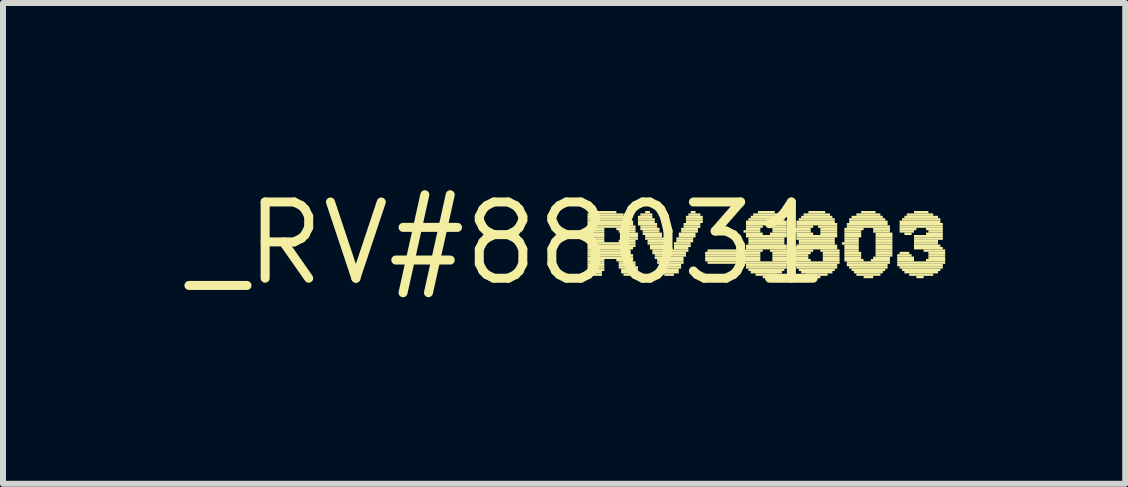
<source format=kicad_pcb>
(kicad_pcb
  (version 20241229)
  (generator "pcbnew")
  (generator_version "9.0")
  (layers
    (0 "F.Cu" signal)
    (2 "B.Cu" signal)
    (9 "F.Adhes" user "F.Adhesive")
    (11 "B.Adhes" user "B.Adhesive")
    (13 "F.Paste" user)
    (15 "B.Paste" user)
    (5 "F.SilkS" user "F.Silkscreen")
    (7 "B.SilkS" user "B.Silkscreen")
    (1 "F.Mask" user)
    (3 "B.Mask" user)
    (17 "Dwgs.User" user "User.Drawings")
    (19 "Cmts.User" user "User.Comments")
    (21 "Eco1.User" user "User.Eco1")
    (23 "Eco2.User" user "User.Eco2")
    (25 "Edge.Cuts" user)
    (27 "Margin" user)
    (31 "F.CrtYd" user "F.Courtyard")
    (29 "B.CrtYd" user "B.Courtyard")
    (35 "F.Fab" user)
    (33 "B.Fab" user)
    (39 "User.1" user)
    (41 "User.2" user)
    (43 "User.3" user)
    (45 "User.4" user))
  (footprint "_RV#88031"
    (layer "F.Cu")
    (at 5.42 1.006)
    (property "Reference" "_RV#88031" (at 0 0 0) (layer "F.SilkS") (effects (font (size 1.27 1.27) (thickness 0.15))))
    (fp_poly (pts (xy 1.32 -0.46) (xy 1.92 -0.46) (xy 1.92 -0.5) (xy 1.32 -0.5)) (stroke (width 0) (type default)) (fill yes) (layer "F.SilkS"))
    (fp_poly (pts (xy 1.32 -0.42) (xy 2 -0.42) (xy 2 -0.46) (xy 1.32 -0.46)) (stroke (width 0) (type default)) (fill yes) (layer "F.SilkS"))
    (fp_poly (pts (xy 1.32 -0.38) (xy 2.04 -0.38) (xy 2.04 -0.42) (xy 1.32 -0.42)) (stroke (width 0) (type default)) (fill yes) (layer "F.SilkS"))
    (fp_poly (pts (xy 1.32 -0.34) (xy 2.08 -0.34) (xy 2.08 -0.38) (xy 1.32 -0.38)) (stroke (width 0) (type default)) (fill yes) (layer "F.SilkS"))
    (fp_poly (pts (xy 1.32 -0.3) (xy 2.08 -0.3) (xy 2.08 -0.34) (xy 1.32 -0.34)) (stroke (width 0) (type default)) (fill yes) (layer "F.SilkS"))
    (fp_poly (pts (xy 1.32 -0.26) (xy 2.12 -0.26) (xy 2.12 -0.3) (xy 1.32 -0.3)) (stroke (width 0) (type default)) (fill yes) (layer "F.SilkS"))
    (fp_poly (pts (xy 1.32 -0.22) (xy 1.6 -0.22) (xy 1.6 -0.26) (xy 1.32 -0.26)) (stroke (width 0) (type default)) (fill yes) (layer "F.SilkS"))
    (fp_poly (pts (xy 1.32 -0.18) (xy 1.6 -0.18) (xy 1.6 -0.22) (xy 1.32 -0.22)) (stroke (width 0) (type default)) (fill yes) (layer "F.SilkS"))
    (fp_poly (pts (xy 1.32 -0.14) (xy 1.6 -0.14) (xy 1.6 -0.18) (xy 1.32 -0.18)) (stroke (width 0) (type default)) (fill yes) (layer "F.SilkS"))
    (fp_poly (pts (xy 1.32 -0.1) (xy 1.6 -0.1) (xy 1.6 -0.14) (xy 1.32 -0.14)) (stroke (width 0) (type default)) (fill yes) (layer "F.SilkS"))
    (fp_poly (pts (xy 1.32 -0.06) (xy 1.6 -0.06) (xy 1.6 -0.1) (xy 1.32 -0.1)) (stroke (width 0) (type default)) (fill yes) (layer "F.SilkS"))
    (fp_poly (pts (xy 1.32 -0.02) (xy 1.6 -0.02) (xy 1.6 -0.06) (xy 1.32 -0.06)) (stroke (width 0) (type default)) (fill yes) (layer "F.SilkS"))
    (fp_poly (pts (xy 1.32 0.02) (xy 2.12 0.02) (xy 2.12 -0.02) (xy 1.32 -0.02)) (stroke (width 0) (type default)) (fill yes) (layer "F.SilkS"))
    (fp_poly (pts (xy 1.32 0.06) (xy 2.12 0.06) (xy 2.12 0.02) (xy 1.32 0.02)) (stroke (width 0) (type default)) (fill yes) (layer "F.SilkS"))
    (fp_poly (pts (xy 1.32 0.1) (xy 2.08 0.1) (xy 2.08 0.06) (xy 1.32 0.06)) (stroke (width 0) (type default)) (fill yes) (layer "F.SilkS"))
    (fp_poly (pts (xy 1.32 0.14) (xy 2.04 0.14) (xy 2.04 0.1) (xy 1.32 0.1)) (stroke (width 0) (type default)) (fill yes) (layer "F.SilkS"))
    (fp_poly (pts (xy 1.32 0.18) (xy 2.04 0.18) (xy 2.04 0.14) (xy 1.32 0.14)) (stroke (width 0) (type default)) (fill yes) (layer "F.SilkS"))
    (fp_poly (pts (xy 1.32 0.22) (xy 2.08 0.22) (xy 2.08 0.18) (xy 1.32 0.18)) (stroke (width 0) (type default)) (fill yes) (layer "F.SilkS"))
    (fp_poly (pts (xy 1.32 0.26) (xy 2.08 0.26) (xy 2.08 0.22) (xy 1.32 0.22)) (stroke (width 0) (type default)) (fill yes) (layer "F.SilkS"))
    (fp_poly (pts (xy 1.32 0.3) (xy 1.6 0.3) (xy 1.6 0.26) (xy 1.32 0.26)) (stroke (width 0) (type default)) (fill yes) (layer "F.SilkS"))
    (fp_poly (pts (xy 1.32 0.34) (xy 1.6 0.34) (xy 1.6 0.3) (xy 1.32 0.3)) (stroke (width 0) (type default)) (fill yes) (layer "F.SilkS"))
    (fp_poly (pts (xy 1.32 0.38) (xy 1.6 0.38) (xy 1.6 0.34) (xy 1.32 0.34)) (stroke (width 0) (type default)) (fill yes) (layer "F.SilkS"))
    (fp_poly (pts (xy 1.32 0.42) (xy 1.6 0.42) (xy 1.6 0.38) (xy 1.32 0.38)) (stroke (width 0) (type default)) (fill yes) (layer "F.SilkS"))
    (fp_poly (pts (xy 1.32 0.46) (xy 1.6 0.46) (xy 1.6 0.42) (xy 1.32 0.42)) (stroke (width 0) (type default)) (fill yes) (layer "F.SilkS"))
    (fp_poly (pts (xy 1.32 0.5) (xy 1.56 0.5) (xy 1.56 0.46) (xy 1.32 0.46)) (stroke (width 0) (type default)) (fill yes) (layer "F.SilkS"))
    (fp_poly (pts (xy 1.36 0.54) (xy 1.56 0.54) (xy 1.56 0.5) (xy 1.36 0.5)) (stroke (width 0) (type default)) (fill yes) (layer "F.SilkS"))
    (fp_poly (pts (xy 1.4 -0.5) (xy 1.8 -0.5) (xy 1.8 -0.54) (xy 1.4 -0.54)) (stroke (width 0) (type default)) (fill yes) (layer "F.SilkS"))
    (fp_poly (pts (xy 1.8 -0.22) (xy 2.12 -0.22) (xy 2.12 -0.26) (xy 1.8 -0.26)) (stroke (width 0) (type default)) (fill yes) (layer "F.SilkS"))
    (fp_poly (pts (xy 1.8 0.3) (xy 2.08 0.3) (xy 2.08 0.26) (xy 1.8 0.26)) (stroke (width 0) (type default)) (fill yes) (layer "F.SilkS"))
    (fp_poly (pts (xy 1.84 -0.18) (xy 2.12 -0.18) (xy 2.12 -0.22) (xy 1.84 -0.22)) (stroke (width 0) (type default)) (fill yes) (layer "F.SilkS"))
    (fp_poly (pts (xy 1.84 -0.02) (xy 2.12 -0.02) (xy 2.12 -0.06) (xy 1.84 -0.06)) (stroke (width 0) (type default)) (fill yes) (layer "F.SilkS"))
    (fp_poly (pts (xy 1.84 0.34) (xy 2.12 0.34) (xy 2.12 0.3) (xy 1.84 0.3)) (stroke (width 0) (type default)) (fill yes) (layer "F.SilkS"))
    (fp_poly (pts (xy 1.84 0.38) (xy 2.12 0.38) (xy 2.12 0.34) (xy 1.84 0.34)) (stroke (width 0) (type default)) (fill yes) (layer "F.SilkS"))
    (fp_poly (pts (xy 1.84 0.42) (xy 2.16 0.42) (xy 2.16 0.38) (xy 1.84 0.38)) (stroke (width 0) (type default)) (fill yes) (layer "F.SilkS"))
    (fp_poly (pts (xy 1.88 -0.14) (xy 2.16 -0.14) (xy 2.16 -0.18) (xy 1.88 -0.18)) (stroke (width 0) (type default)) (fill yes) (layer "F.SilkS"))
    (fp_poly (pts (xy 1.88 -0.1) (xy 2.16 -0.1) (xy 2.16 -0.14) (xy 1.88 -0.14)) (stroke (width 0) (type default)) (fill yes) (layer "F.SilkS"))
    (fp_poly (pts (xy 1.88 -0.06) (xy 2.16 -0.06) (xy 2.16 -0.1) (xy 1.88 -0.1)) (stroke (width 0) (type default)) (fill yes) (layer "F.SilkS"))
    (fp_poly (pts (xy 1.88 0.46) (xy 2.16 0.46) (xy 2.16 0.42) (xy 1.88 0.42)) (stroke (width 0) (type default)) (fill yes) (layer "F.SilkS"))
    (fp_poly (pts (xy 1.88 0.5) (xy 2.12 0.5) (xy 2.12 0.46) (xy 1.88 0.46)) (stroke (width 0) (type default)) (fill yes) (layer "F.SilkS"))
    (fp_poly (pts (xy 1.92 0.54) (xy 2.08 0.54) (xy 2.08 0.5) (xy 1.92 0.5)) (stroke (width 0) (type default)) (fill yes) (layer "F.SilkS"))
    (fp_poly (pts (xy 2.16 -0.42) (xy 2.4 -0.42) (xy 2.4 -0.46) (xy 2.16 -0.46)) (stroke (width 0) (type default)) (fill yes) (layer "F.SilkS"))
    (fp_poly (pts (xy 2.16 -0.38) (xy 2.44 -0.38) (xy 2.44 -0.42) (xy 2.16 -0.42)) (stroke (width 0) (type default)) (fill yes) (layer "F.SilkS"))
    (fp_poly (pts (xy 2.16 -0.34) (xy 2.44 -0.34) (xy 2.44 -0.38) (xy 2.16 -0.38)) (stroke (width 0) (type default)) (fill yes) (layer "F.SilkS"))
    (fp_poly (pts (xy 2.16 -0.3) (xy 2.48 -0.3) (xy 2.48 -0.34) (xy 2.16 -0.34)) (stroke (width 0) (type default)) (fill yes) (layer "F.SilkS"))
    (fp_poly (pts (xy 2.2 -0.46) (xy 2.4 -0.46) (xy 2.4 -0.5) (xy 2.2 -0.5)) (stroke (width 0) (type default)) (fill yes) (layer "F.SilkS"))
    (fp_poly (pts (xy 2.2 -0.26) (xy 2.48 -0.26) (xy 2.48 -0.3) (xy 2.2 -0.3)) (stroke (width 0) (type default)) (fill yes) (layer "F.SilkS"))
    (fp_poly (pts (xy 2.2 -0.22) (xy 2.52 -0.22) (xy 2.52 -0.26) (xy 2.2 -0.26)) (stroke (width 0) (type default)) (fill yes) (layer "F.SilkS"))
    (fp_poly (pts (xy 2.24 -0.18) (xy 2.52 -0.18) (xy 2.52 -0.22) (xy 2.24 -0.22)) (stroke (width 0) (type default)) (fill yes) (layer "F.SilkS"))
    (fp_poly (pts (xy 2.24 -0.14) (xy 2.56 -0.14) (xy 2.56 -0.18) (xy 2.24 -0.18)) (stroke (width 0) (type default)) (fill yes) (layer "F.SilkS"))
    (fp_poly (pts (xy 2.28 -0.5) (xy 2.36 -0.5) (xy 2.36 -0.54) (xy 2.28 -0.54)) (stroke (width 0) (type default)) (fill yes) (layer "F.SilkS"))
    (fp_poly (pts (xy 2.28 -0.1) (xy 2.56 -0.1) (xy 2.56 -0.14) (xy 2.28 -0.14)) (stroke (width 0) (type default)) (fill yes) (layer "F.SilkS"))
    (fp_poly (pts (xy 2.28 -0.06) (xy 2.6 -0.06) (xy 2.6 -0.1) (xy 2.28 -0.1)) (stroke (width 0) (type default)) (fill yes) (layer "F.SilkS"))
    (fp_poly (pts (xy 2.32 -0.02) (xy 2.6 -0.02) (xy 2.6 -0.06) (xy 2.32 -0.06)) (stroke (width 0) (type default)) (fill yes) (layer "F.SilkS"))
    (fp_poly (pts (xy 2.32 0.02) (xy 2.6 0.02) (xy 2.6 -0.02) (xy 2.32 -0.02)) (stroke (width 0) (type default)) (fill yes) (layer "F.SilkS"))
    (fp_poly (pts (xy 2.36 0.06) (xy 2.64 0.06) (xy 2.64 0.02) (xy 2.36 0.02)) (stroke (width 0) (type default)) (fill yes) (layer "F.SilkS"))
    (fp_poly (pts (xy 2.36 0.1) (xy 2.64 0.1) (xy 2.64 0.06) (xy 2.36 0.06)) (stroke (width 0) (type default)) (fill yes) (layer "F.SilkS"))
    (fp_poly (pts (xy 2.4 0.14) (xy 2.68 0.14) (xy 2.68 0.1) (xy 2.4 0.1)) (stroke (width 0) (type default)) (fill yes) (layer "F.SilkS"))
    (fp_poly (pts (xy 2.4 0.18) (xy 2.96 0.18) (xy 2.96 0.14) (xy 2.4 0.14)) (stroke (width 0) (type default)) (fill yes) (layer "F.SilkS"))
    (fp_poly (pts (xy 2.44 0.22) (xy 2.96 0.22) (xy 2.96 0.18) (xy 2.44 0.18)) (stroke (width 0) (type default)) (fill yes) (layer "F.SilkS"))
    (fp_poly (pts (xy 2.44 0.26) (xy 2.92 0.26) (xy 2.92 0.22) (xy 2.44 0.22)) (stroke (width 0) (type default)) (fill yes) (layer "F.SilkS"))
    (fp_poly (pts (xy 2.48 0.3) (xy 2.92 0.3) (xy 2.92 0.26) (xy 2.48 0.26)) (stroke (width 0) (type default)) (fill yes) (layer "F.SilkS"))
    (fp_poly (pts (xy 2.48 0.34) (xy 2.92 0.34) (xy 2.92 0.3) (xy 2.48 0.3)) (stroke (width 0) (type default)) (fill yes) (layer "F.SilkS"))
    (fp_poly (pts (xy 2.52 0.38) (xy 2.88 0.38) (xy 2.88 0.34) (xy 2.52 0.34)) (stroke (width 0) (type default)) (fill yes) (layer "F.SilkS"))
    (fp_poly (pts (xy 2.52 0.42) (xy 2.88 0.42) (xy 2.88 0.38) (xy 2.52 0.38)) (stroke (width 0) (type default)) (fill yes) (layer "F.SilkS"))
    (fp_poly (pts (xy 2.56 0.46) (xy 2.84 0.46) (xy 2.84 0.42) (xy 2.56 0.42)) (stroke (width 0) (type default)) (fill yes) (layer "F.SilkS"))
    (fp_poly (pts (xy 2.56 0.5) (xy 2.84 0.5) (xy 2.84 0.46) (xy 2.56 0.46)) (stroke (width 0) (type default)) (fill yes) (layer "F.SilkS"))
    (fp_poly (pts (xy 2.6 0.54) (xy 2.76 0.54) (xy 2.76 0.5) (xy 2.6 0.5)) (stroke (width 0) (type default)) (fill yes) (layer "F.SilkS"))
    (fp_poly (pts (xy 2.72 0.14) (xy 3 0.14) (xy 3 0.1) (xy 2.72 0.1)) (stroke (width 0) (type default)) (fill yes) (layer "F.SilkS"))
    (fp_poly (pts (xy 2.76 0.02) (xy 3.04 0.02) (xy 3.04 -0.02) (xy 2.76 -0.02)) (stroke (width 0) (type default)) (fill yes) (layer "F.SilkS"))
    (fp_poly (pts (xy 2.76 0.06) (xy 3.04 0.06) (xy 3.04 0.02) (xy 2.76 0.02)) (stroke (width 0) (type default)) (fill yes) (layer "F.SilkS"))
    (fp_poly (pts (xy 2.76 0.1) (xy 3 0.1) (xy 3 0.06) (xy 2.76 0.06)) (stroke (width 0) (type default)) (fill yes) (layer "F.SilkS"))
    (fp_poly (pts (xy 2.8 -0.06) (xy 3.08 -0.06) (xy 3.08 -0.1) (xy 2.8 -0.1)) (stroke (width 0) (type default)) (fill yes) (layer "F.SilkS"))
    (fp_poly (pts (xy 2.8 -0.02) (xy 3.08 -0.02) (xy 3.08 -0.06) (xy 2.8 -0.06)) (stroke (width 0) (type default)) (fill yes) (layer "F.SilkS"))
    (fp_poly (pts (xy 2.84 -0.14) (xy 3.12 -0.14) (xy 3.12 -0.18) (xy 2.84 -0.18)) (stroke (width 0) (type default)) (fill yes) (layer "F.SilkS"))
    (fp_poly (pts (xy 2.84 -0.1) (xy 3.12 -0.1) (xy 3.12 -0.14) (xy 2.84 -0.14)) (stroke (width 0) (type default)) (fill yes) (layer "F.SilkS"))
    (fp_poly (pts (xy 2.88 -0.22) (xy 3.16 -0.22) (xy 3.16 -0.26) (xy 2.88 -0.26)) (stroke (width 0) (type default)) (fill yes) (layer "F.SilkS"))
    (fp_poly (pts (xy 2.88 -0.18) (xy 3.16 -0.18) (xy 3.16 -0.22) (xy 2.88 -0.22)) (stroke (width 0) (type default)) (fill yes) (layer "F.SilkS"))
    (fp_poly (pts (xy 2.92 -0.3) (xy 3.2 -0.3) (xy 3.2 -0.34) (xy 2.92 -0.34)) (stroke (width 0) (type default)) (fill yes) (layer "F.SilkS"))
    (fp_poly (pts (xy 2.92 -0.26) (xy 3.2 -0.26) (xy 3.2 -0.3) (xy 2.92 -0.3)) (stroke (width 0) (type default)) (fill yes) (layer "F.SilkS"))
    (fp_poly (pts (xy 2.96 -0.42) (xy 3.24 -0.42) (xy 3.24 -0.46) (xy 2.96 -0.46)) (stroke (width 0) (type default)) (fill yes) (layer "F.SilkS"))
    (fp_poly (pts (xy 2.96 -0.38) (xy 3.24 -0.38) (xy 3.24 -0.42) (xy 2.96 -0.42)) (stroke (width 0) (type default)) (fill yes) (layer "F.SilkS"))
    (fp_poly (pts (xy 2.96 -0.34) (xy 3.24 -0.34) (xy 3.24 -0.38) (xy 2.96 -0.38)) (stroke (width 0) (type default)) (fill yes) (layer "F.SilkS"))
    (fp_poly (pts (xy 3 -0.46) (xy 3.2 -0.46) (xy 3.2 -0.5) (xy 3 -0.5)) (stroke (width 0) (type default)) (fill yes) (layer "F.SilkS"))
    (fp_poly (pts (xy 3.04 -0.5) (xy 3.12 -0.5) (xy 3.12 -0.54) (xy 3.04 -0.54)) (stroke (width 0) (type default)) (fill yes) (layer "F.SilkS"))
    (fp_poly (pts (xy 3.28 0.18) (xy 3.84 0.18) (xy 3.84 0.14) (xy 3.28 0.14)) (stroke (width 0) (type default)) (fill yes) (layer "F.SilkS"))
    (fp_poly (pts (xy 3.28 0.22) (xy 3.84 0.22) (xy 3.84 0.18) (xy 3.28 0.18)) (stroke (width 0) (type default)) (fill yes) (layer "F.SilkS"))
    (fp_poly (pts (xy 3.28 0.26) (xy 3.84 0.26) (xy 3.84 0.22) (xy 3.28 0.22)) (stroke (width 0) (type default)) (fill yes) (layer "F.SilkS"))
    (fp_poly (pts (xy 3.28 0.3) (xy 3.84 0.3) (xy 3.84 0.26) (xy 3.28 0.26)) (stroke (width 0) (type default)) (fill yes) (layer "F.SilkS"))
    (fp_poly (pts (xy 3.32 0.14) (xy 3.8 0.14) (xy 3.8 0.1) (xy 3.32 0.1)) (stroke (width 0) (type default)) (fill yes) (layer "F.SilkS"))
    (fp_poly (pts (xy 3.32 0.34) (xy 3.84 0.34) (xy 3.84 0.3) (xy 3.32 0.3)) (stroke (width 0) (type default)) (fill yes) (layer "F.SilkS"))
    (fp_poly (pts (xy 3.92 -0.18) (xy 4.2 -0.18) (xy 4.2 -0.22) (xy 3.92 -0.22)) (stroke (width 0) (type default)) (fill yes) (layer "F.SilkS"))
    (fp_poly (pts (xy 3.92 0.14) (xy 4.24 0.14) (xy 4.24 0.1) (xy 3.92 0.1)) (stroke (width 0) (type default)) (fill yes) (layer "F.SilkS"))
    (fp_poly (pts (xy 3.92 0.18) (xy 4.2 0.18) (xy 4.2 0.14) (xy 3.92 0.14)) (stroke (width 0) (type default)) (fill yes) (layer "F.SilkS"))
    (fp_poly (pts (xy 3.92 0.22) (xy 4.2 0.22) (xy 4.2 0.18) (xy 3.92 0.18)) (stroke (width 0) (type default)) (fill yes) (layer "F.SilkS"))
    (fp_poly (pts (xy 3.92 0.26) (xy 4.2 0.26) (xy 4.2 0.22) (xy 3.92 0.22)) (stroke (width 0) (type default)) (fill yes) (layer "F.SilkS"))
    (fp_poly (pts (xy 3.92 0.3) (xy 4.2 0.3) (xy 4.2 0.26) (xy 3.92 0.26)) (stroke (width 0) (type default)) (fill yes) (layer "F.SilkS"))
    (fp_poly (pts (xy 3.92 0.34) (xy 4.68 0.34) (xy 4.68 0.3) (xy 3.92 0.3)) (stroke (width 0) (type default)) (fill yes) (layer "F.SilkS"))
    (fp_poly (pts (xy 3.96 -0.34) (xy 4.64 -0.34) (xy 4.64 -0.38) (xy 3.96 -0.38)) (stroke (width 0) (type default)) (fill yes) (layer "F.SilkS"))
    (fp_poly (pts (xy 3.96 -0.3) (xy 4.64 -0.3) (xy 4.64 -0.34) (xy 3.96 -0.34)) (stroke (width 0) (type default)) (fill yes) (layer "F.SilkS"))
    (fp_poly (pts (xy 3.96 -0.26) (xy 4.24 -0.26) (xy 4.24 -0.3) (xy 3.96 -0.3)) (stroke (width 0) (type default)) (fill yes) (layer "F.SilkS"))
    (fp_poly (pts (xy 3.96 -0.22) (xy 4.2 -0.22) (xy 4.2 -0.26) (xy 3.96 -0.26)) (stroke (width 0) (type default)) (fill yes) (layer "F.SilkS"))
    (fp_poly (pts (xy 3.96 -0.14) (xy 4.24 -0.14) (xy 4.24 -0.18) (xy 3.96 -0.18)) (stroke (width 0) (type default)) (fill yes) (layer "F.SilkS"))
    (fp_poly (pts (xy 3.96 -0.1) (xy 4.64 -0.1) (xy 4.64 -0.14) (xy 3.96 -0.14)) (stroke (width 0) (type default)) (fill yes) (layer "F.SilkS"))
    (fp_poly (pts (xy 3.96 0.06) (xy 4.64 0.06) (xy 4.64 0.02) (xy 3.96 0.02)) (stroke (width 0) (type default)) (fill yes) (layer "F.SilkS"))
    (fp_poly (pts (xy 3.96 0.1) (xy 4.64 0.1) (xy 4.64 0.06) (xy 3.96 0.06)) (stroke (width 0) (type default)) (fill yes) (layer "F.SilkS"))
    (fp_poly (pts (xy 3.96 0.38) (xy 4.64 0.38) (xy 4.64 0.34) (xy 3.96 0.34)) (stroke (width 0) (type default)) (fill yes) (layer "F.SilkS"))
    (fp_poly (pts (xy 3.96 0.42) (xy 4.64 0.42) (xy 4.64 0.38) (xy 3.96 0.38)) (stroke (width 0) (type default)) (fill yes) (layer "F.SilkS"))
    (fp_poly (pts (xy 4 -0.38) (xy 4.6 -0.38) (xy 4.6 -0.42) (xy 4 -0.42)) (stroke (width 0) (type default)) (fill yes) (layer "F.SilkS"))
    (fp_poly (pts (xy 4 -0.06) (xy 4.6 -0.06) (xy 4.6 -0.1) (xy 4 -0.1)) (stroke (width 0) (type default)) (fill yes) (layer "F.SilkS"))
    (fp_poly (pts (xy 4 -0.02) (xy 4.6 -0.02) (xy 4.6 -0.06) (xy 4 -0.06)) (stroke (width 0) (type default)) (fill yes) (layer "F.SilkS"))
    (fp_poly (pts (xy 4 0.02) (xy 4.6 0.02) (xy 4.6 -0.02) (xy 4 -0.02)) (stroke (width 0) (type default)) (fill yes) (layer "F.SilkS"))
    (fp_poly (pts (xy 4 0.46) (xy 4.6 0.46) (xy 4.6 0.42) (xy 4 0.42)) (stroke (width 0) (type default)) (fill yes) (layer "F.SilkS"))
    (fp_poly (pts (xy 4.04 -0.42) (xy 4.56 -0.42) (xy 4.56 -0.46) (xy 4.04 -0.46)) (stroke (width 0) (type default)) (fill yes) (layer "F.SilkS"))
    (fp_poly (pts (xy 4.04 0.5) (xy 4.56 0.5) (xy 4.56 0.46) (xy 4.04 0.46)) (stroke (width 0) (type default)) (fill yes) (layer "F.SilkS"))
    (fp_poly (pts (xy 4.08 -0.46) (xy 4.52 -0.46) (xy 4.52 -0.5) (xy 4.08 -0.5)) (stroke (width 0) (type default)) (fill yes) (layer "F.SilkS"))
    (fp_poly (pts (xy 4.12 0.54) (xy 4.48 0.54) (xy 4.48 0.5) (xy 4.12 0.5)) (stroke (width 0) (type default)) (fill yes) (layer "F.SilkS"))
    (fp_poly (pts (xy 4.16 -0.5) (xy 4.44 -0.5) (xy 4.44 -0.54) (xy 4.16 -0.54)) (stroke (width 0) (type default)) (fill yes) (layer "F.SilkS"))
    (fp_poly (pts (xy 4.24 0.58) (xy 4.36 0.58) (xy 4.36 0.54) (xy 4.24 0.54)) (stroke (width 0) (type default)) (fill yes) (layer "F.SilkS"))
    (fp_poly (pts (xy 4.32 -0.26) (xy 4.64 -0.26) (xy 4.64 -0.3) (xy 4.32 -0.3)) (stroke (width 0) (type default)) (fill yes) (layer "F.SilkS"))
    (fp_poly (pts (xy 4.36 -0.14) (xy 4.64 -0.14) (xy 4.64 -0.18) (xy 4.36 -0.18)) (stroke (width 0) (type default)) (fill yes) (layer "F.SilkS"))
    (fp_poly (pts (xy 4.36 0.14) (xy 4.68 0.14) (xy 4.68 0.1) (xy 4.36 0.1)) (stroke (width 0) (type default)) (fill yes) (layer "F.SilkS"))
    (fp_poly (pts (xy 4.4 -0.22) (xy 4.64 -0.22) (xy 4.64 -0.26) (xy 4.4 -0.26)) (stroke (width 0) (type default)) (fill yes) (layer "F.SilkS"))
    (fp_poly (pts (xy 4.4 -0.18) (xy 4.64 -0.18) (xy 4.64 -0.22) (xy 4.4 -0.22)) (stroke (width 0) (type default)) (fill yes) (layer "F.SilkS"))
    (fp_poly (pts (xy 4.4 0.18) (xy 4.68 0.18) (xy 4.68 0.14) (xy 4.4 0.14)) (stroke (width 0) (type default)) (fill yes) (layer "F.SilkS"))
    (fp_poly (pts (xy 4.4 0.22) (xy 4.68 0.22) (xy 4.68 0.18) (xy 4.4 0.18)) (stroke (width 0) (type default)) (fill yes) (layer "F.SilkS"))
    (fp_poly (pts (xy 4.4 0.26) (xy 4.68 0.26) (xy 4.68 0.22) (xy 4.4 0.22)) (stroke (width 0) (type default)) (fill yes) (layer "F.SilkS"))
    (fp_poly (pts (xy 4.4 0.3) (xy 4.68 0.3) (xy 4.68 0.26) (xy 4.4 0.26)) (stroke (width 0) (type default)) (fill yes) (layer "F.SilkS"))
    (fp_poly (pts (xy 4.76 -0.22) (xy 5.04 -0.22) (xy 5.04 -0.26) (xy 4.76 -0.26)) (stroke (width 0) (type default)) (fill yes) (layer "F.SilkS"))
    (fp_poly (pts (xy 4.76 -0.18) (xy 5.04 -0.18) (xy 5.04 -0.22) (xy 4.76 -0.22)) (stroke (width 0) (type default)) (fill yes) (layer "F.SilkS"))
    (fp_poly (pts (xy 4.76 0.1) (xy 5.48 0.1) (xy 5.48 0.06) (xy 4.76 0.06)) (stroke (width 0) (type default)) (fill yes) (layer "F.SilkS"))
    (fp_poly (pts (xy 4.76 0.14) (xy 5.08 0.14) (xy 5.08 0.1) (xy 4.76 0.1)) (stroke (width 0) (type default)) (fill yes) (layer "F.SilkS"))
    (fp_poly (pts (xy 4.76 0.18) (xy 5.04 0.18) (xy 5.04 0.14) (xy 4.76 0.14)) (stroke (width 0) (type default)) (fill yes) (layer "F.SilkS"))
    (fp_poly (pts (xy 4.76 0.22) (xy 5 0.22) (xy 5 0.18) (xy 4.76 0.18)) (stroke (width 0) (type default)) (fill yes) (layer "F.SilkS"))
    (fp_poly (pts (xy 4.76 0.26) (xy 5 0.26) (xy 5 0.22) (xy 4.76 0.22)) (stroke (width 0) (type default)) (fill yes) (layer "F.SilkS"))
    (fp_poly (pts (xy 4.76 0.3) (xy 5.04 0.3) (xy 5.04 0.26) (xy 4.76 0.26)) (stroke (width 0) (type default)) (fill yes) (layer "F.SilkS"))
    (fp_poly (pts (xy 4.76 0.34) (xy 5.52 0.34) (xy 5.52 0.3) (xy 4.76 0.3)) (stroke (width 0) (type default)) (fill yes) (layer "F.SilkS"))
    (fp_poly (pts (xy 4.76 0.38) (xy 5.48 0.38) (xy 5.48 0.34) (xy 4.76 0.34)) (stroke (width 0) (type default)) (fill yes) (layer "F.SilkS"))
    (fp_poly (pts (xy 4.8 -0.34) (xy 5.44 -0.34) (xy 5.44 -0.38) (xy 4.8 -0.38)) (stroke (width 0) (type default)) (fill yes) (layer "F.SilkS"))
    (fp_poly (pts (xy 4.8 -0.3) (xy 5.48 -0.3) (xy 5.48 -0.34) (xy 4.8 -0.34)) (stroke (width 0) (type default)) (fill yes) (layer "F.SilkS"))
    (fp_poly (pts (xy 4.8 -0.26) (xy 5.08 -0.26) (xy 5.08 -0.3) (xy 4.8 -0.3)) (stroke (width 0) (type default)) (fill yes) (layer "F.SilkS"))
    (fp_poly (pts (xy 4.8 -0.14) (xy 5.08 -0.14) (xy 5.08 -0.18) (xy 4.8 -0.18)) (stroke (width 0) (type default)) (fill yes) (layer "F.SilkS"))
    (fp_poly (pts (xy 4.8 -0.1) (xy 5.48 -0.1) (xy 5.48 -0.14) (xy 4.8 -0.14)) (stroke (width 0) (type default)) (fill yes) (layer "F.SilkS"))
    (fp_poly (pts (xy 4.8 -0.06) (xy 5.44 -0.06) (xy 5.44 -0.1) (xy 4.8 -0.1)) (stroke (width 0) (type default)) (fill yes) (layer "F.SilkS"))
    (fp_poly (pts (xy 4.8 0.06) (xy 5.48 0.06) (xy 5.48 0.02) (xy 4.8 0.02)) (stroke (width 0) (type default)) (fill yes) (layer "F.SilkS"))
    (fp_poly (pts (xy 4.8 0.42) (xy 5.48 0.42) (xy 5.48 0.38) (xy 4.8 0.38)) (stroke (width 0) (type default)) (fill yes) (layer "F.SilkS"))
    (fp_poly (pts (xy 4.84 -0.38) (xy 5.44 -0.38) (xy 5.44 -0.42) (xy 4.84 -0.42)) (stroke (width 0) (type default)) (fill yes) (layer "F.SilkS"))
    (fp_poly (pts (xy 4.84 -0.02) (xy 5.44 -0.02) (xy 5.44 -0.06) (xy 4.84 -0.06)) (stroke (width 0) (type default)) (fill yes) (layer "F.SilkS"))
    (fp_poly (pts (xy 4.84 0.02) (xy 5.44 0.02) (xy 5.44 -0.02) (xy 4.84 -0.02)) (stroke (width 0) (type default)) (fill yes) (layer "F.SilkS"))
    (fp_poly (pts (xy 4.84 0.46) (xy 5.44 0.46) (xy 5.44 0.42) (xy 4.84 0.42)) (stroke (width 0) (type default)) (fill yes) (layer "F.SilkS"))
    (fp_poly (pts (xy 4.88 -0.42) (xy 5.4 -0.42) (xy 5.4 -0.46) (xy 4.88 -0.46)) (stroke (width 0) (type default)) (fill yes) (layer "F.SilkS"))
    (fp_poly (pts (xy 4.88 0.5) (xy 5.4 0.5) (xy 5.4 0.46) (xy 4.88 0.46)) (stroke (width 0) (type default)) (fill yes) (layer "F.SilkS"))
    (fp_poly (pts (xy 4.92 -0.46) (xy 5.36 -0.46) (xy 5.36 -0.5) (xy 4.92 -0.5)) (stroke (width 0) (type default)) (fill yes) (layer "F.SilkS"))
    (fp_poly (pts (xy 4.96 0.54) (xy 5.32 0.54) (xy 5.32 0.5) (xy 4.96 0.5)) (stroke (width 0) (type default)) (fill yes) (layer "F.SilkS"))
    (fp_poly (pts (xy 5 -0.5) (xy 5.28 -0.5) (xy 5.28 -0.54) (xy 5 -0.54)) (stroke (width 0) (type default)) (fill yes) (layer "F.SilkS"))
    (fp_poly (pts (xy 5.08 0.58) (xy 5.2 0.58) (xy 5.2 0.54) (xy 5.08 0.54)) (stroke (width 0) (type default)) (fill yes) (layer "F.SilkS"))
    (fp_poly (pts (xy 5.16 -0.26) (xy 5.48 -0.26) (xy 5.48 -0.3) (xy 5.16 -0.3)) (stroke (width 0) (type default)) (fill yes) (layer "F.SilkS"))
    (fp_poly (pts (xy 5.2 -0.22) (xy 5.48 -0.22) (xy 5.48 -0.26) (xy 5.2 -0.26)) (stroke (width 0) (type default)) (fill yes) (layer "F.SilkS"))
    (fp_poly (pts (xy 5.2 -0.18) (xy 5.48 -0.18) (xy 5.48 -0.22) (xy 5.2 -0.22)) (stroke (width 0) (type default)) (fill yes) (layer "F.SilkS"))
    (fp_poly (pts (xy 5.2 -0.14) (xy 5.48 -0.14) (xy 5.48 -0.18) (xy 5.2 -0.18)) (stroke (width 0) (type default)) (fill yes) (layer "F.SilkS"))
    (fp_poly (pts (xy 5.2 0.14) (xy 5.52 0.14) (xy 5.52 0.1) (xy 5.2 0.1)) (stroke (width 0) (type default)) (fill yes) (layer "F.SilkS"))
    (fp_poly (pts (xy 5.24 0.18) (xy 5.52 0.18) (xy 5.52 0.14) (xy 5.24 0.14)) (stroke (width 0) (type default)) (fill yes) (layer "F.SilkS"))
    (fp_poly (pts (xy 5.24 0.22) (xy 5.52 0.22) (xy 5.52 0.18) (xy 5.24 0.18)) (stroke (width 0) (type default)) (fill yes) (layer "F.SilkS"))
    (fp_poly (pts (xy 5.24 0.26) (xy 5.52 0.26) (xy 5.52 0.22) (xy 5.24 0.22)) (stroke (width 0) (type default)) (fill yes) (layer "F.SilkS"))
    (fp_poly (pts (xy 5.24 0.3) (xy 5.52 0.3) (xy 5.52 0.26) (xy 5.24 0.26)) (stroke (width 0) (type default)) (fill yes) (layer "F.SilkS"))
    (fp_poly (pts (xy 5.56 0.02) (xy 5.84 0.02) (xy 5.84 -0.02) (xy 5.56 -0.02)) (stroke (width 0) (type default)) (fill yes) (layer "F.SilkS"))
    (fp_poly (pts (xy 5.6 -0.22) (xy 5.92 -0.22) (xy 5.92 -0.26) (xy 5.6 -0.26)) (stroke (width 0) (type default)) (fill yes) (layer "F.SilkS"))
    (fp_poly (pts (xy 5.6 -0.18) (xy 5.88 -0.18) (xy 5.88 -0.22) (xy 5.6 -0.22)) (stroke (width 0) (type default)) (fill yes) (layer "F.SilkS"))
    (fp_poly (pts (xy 5.6 -0.14) (xy 5.88 -0.14) (xy 5.88 -0.18) (xy 5.6 -0.18)) (stroke (width 0) (type default)) (fill yes) (layer "F.SilkS"))
    (fp_poly (pts (xy 5.6 -0.1) (xy 5.88 -0.1) (xy 5.88 -0.14) (xy 5.6 -0.14)) (stroke (width 0) (type default)) (fill yes) (layer "F.SilkS"))
    (fp_poly (pts (xy 5.6 -0.06) (xy 5.84 -0.06) (xy 5.84 -0.1) (xy 5.6 -0.1)) (stroke (width 0) (type default)) (fill yes) (layer "F.SilkS"))
    (fp_poly (pts (xy 5.6 -0.02) (xy 5.84 -0.02) (xy 5.84 -0.06) (xy 5.6 -0.06)) (stroke (width 0) (type default)) (fill yes) (layer "F.SilkS"))
    (fp_poly (pts (xy 5.6 0.06) (xy 5.84 0.06) (xy 5.84 0.02) (xy 5.6 0.02)) (stroke (width 0) (type default)) (fill yes) (layer "F.SilkS"))
    (fp_poly (pts (xy 5.6 0.1) (xy 5.84 0.1) (xy 5.84 0.06) (xy 5.6 0.06)) (stroke (width 0) (type default)) (fill yes) (layer "F.SilkS"))
    (fp_poly (pts (xy 5.6 0.14) (xy 5.84 0.14) (xy 5.84 0.1) (xy 5.6 0.1)) (stroke (width 0) (type default)) (fill yes) (layer "F.SilkS"))
    (fp_poly (pts (xy 5.6 0.18) (xy 5.88 0.18) (xy 5.88 0.14) (xy 5.6 0.14)) (stroke (width 0) (type default)) (fill yes) (layer "F.SilkS"))
    (fp_poly (pts (xy 5.6 0.22) (xy 5.88 0.22) (xy 5.88 0.18) (xy 5.6 0.18)) (stroke (width 0) (type default)) (fill yes) (layer "F.SilkS"))
    (fp_poly (pts (xy 5.6 0.26) (xy 5.88 0.26) (xy 5.88 0.22) (xy 5.6 0.22)) (stroke (width 0) (type default)) (fill yes) (layer "F.SilkS"))
    (fp_poly (pts (xy 5.6 0.3) (xy 5.92 0.3) (xy 5.92 0.26) (xy 5.6 0.26)) (stroke (width 0) (type default)) (fill yes) (layer "F.SilkS"))
    (fp_poly (pts (xy 5.64 -0.3) (xy 6.32 -0.3) (xy 6.32 -0.34) (xy 5.64 -0.34)) (stroke (width 0) (type default)) (fill yes) (layer "F.SilkS"))
    (fp_poly (pts (xy 5.64 -0.26) (xy 6.36 -0.26) (xy 6.36 -0.3) (xy 5.64 -0.3)) (stroke (width 0) (type default)) (fill yes) (layer "F.SilkS"))
    (fp_poly (pts (xy 5.64 0.34) (xy 6.36 0.34) (xy 6.36 0.3) (xy 5.64 0.3)) (stroke (width 0) (type default)) (fill yes) (layer "F.SilkS"))
    (fp_poly (pts (xy 5.64 0.38) (xy 6.32 0.38) (xy 6.32 0.34) (xy 5.64 0.34)) (stroke (width 0) (type default)) (fill yes) (layer "F.SilkS"))
    (fp_poly (pts (xy 5.68 -0.38) (xy 6.28 -0.38) (xy 6.28 -0.42) (xy 5.68 -0.42)) (stroke (width 0) (type default)) (fill yes) (layer "F.SilkS"))
    (fp_poly (pts (xy 5.68 -0.34) (xy 6.32 -0.34) (xy 6.32 -0.38) (xy 5.68 -0.38)) (stroke (width 0) (type default)) (fill yes) (layer "F.SilkS"))
    (fp_poly (pts (xy 5.68 0.42) (xy 6.32 0.42) (xy 6.32 0.38) (xy 5.68 0.38)) (stroke (width 0) (type default)) (fill yes) (layer "F.SilkS"))
    (fp_poly (pts (xy 5.72 -0.42) (xy 6.24 -0.42) (xy 6.24 -0.46) (xy 5.72 -0.46)) (stroke (width 0) (type default)) (fill yes) (layer "F.SilkS"))
    (fp_poly (pts (xy 5.72 0.46) (xy 6.28 0.46) (xy 6.28 0.42) (xy 5.72 0.42)) (stroke (width 0) (type default)) (fill yes) (layer "F.SilkS"))
    (fp_poly (pts (xy 5.76 0.5) (xy 6.24 0.5) (xy 6.24 0.46) (xy 5.76 0.46)) (stroke (width 0) (type default)) (fill yes) (layer "F.SilkS"))
    (fp_poly (pts (xy 5.8 -0.46) (xy 6.2 -0.46) (xy 6.2 -0.5) (xy 5.8 -0.5)) (stroke (width 0) (type default)) (fill yes) (layer "F.SilkS"))
    (fp_poly (pts (xy 5.8 0.54) (xy 6.2 0.54) (xy 6.2 0.5) (xy 5.8 0.5)) (stroke (width 0) (type default)) (fill yes) (layer "F.SilkS"))
    (fp_poly (pts (xy 5.88 -0.5) (xy 6.12 -0.5) (xy 6.12 -0.54) (xy 5.88 -0.54)) (stroke (width 0) (type default)) (fill yes) (layer "F.SilkS"))
    (fp_poly (pts (xy 5.92 0.58) (xy 6.08 0.58) (xy 6.08 0.54) (xy 5.92 0.54)) (stroke (width 0) (type default)) (fill yes) (layer "F.SilkS"))
    (fp_poly (pts (xy 6.04 0.3) (xy 6.36 0.3) (xy 6.36 0.26) (xy 6.04 0.26)) (stroke (width 0) (type default)) (fill yes) (layer "F.SilkS"))
    (fp_poly (pts (xy 6.08 -0.22) (xy 6.36 -0.22) (xy 6.36 -0.26) (xy 6.08 -0.26)) (stroke (width 0) (type default)) (fill yes) (layer "F.SilkS"))
    (fp_poly (pts (xy 6.08 -0.18) (xy 6.36 -0.18) (xy 6.36 -0.22) (xy 6.08 -0.22)) (stroke (width 0) (type default)) (fill yes) (layer "F.SilkS"))
    (fp_poly (pts (xy 6.08 0.26) (xy 6.36 0.26) (xy 6.36 0.22) (xy 6.08 0.22)) (stroke (width 0) (type default)) (fill yes) (layer "F.SilkS"))
    (fp_poly (pts (xy 6.12 -0.14) (xy 6.4 -0.14) (xy 6.4 -0.18) (xy 6.12 -0.18)) (stroke (width 0) (type default)) (fill yes) (layer "F.SilkS"))
    (fp_poly (pts (xy 6.12 -0.1) (xy 6.4 -0.1) (xy 6.4 -0.14) (xy 6.12 -0.14)) (stroke (width 0) (type default)) (fill yes) (layer "F.SilkS"))
    (fp_poly (pts (xy 6.12 -0.06) (xy 6.4 -0.06) (xy 6.4 -0.1) (xy 6.12 -0.1)) (stroke (width 0) (type default)) (fill yes) (layer "F.SilkS"))
    (fp_poly (pts (xy 6.12 -0.02) (xy 6.4 -0.02) (xy 6.4 -0.06) (xy 6.12 -0.06)) (stroke (width 0) (type default)) (fill yes) (layer "F.SilkS"))
    (fp_poly (pts (xy 6.12 0.02) (xy 6.4 0.02) (xy 6.4 -0.02) (xy 6.12 -0.02)) (stroke (width 0) (type default)) (fill yes) (layer "F.SilkS"))
    (fp_poly (pts (xy 6.12 0.06) (xy 6.4 0.06) (xy 6.4 0.02) (xy 6.12 0.02)) (stroke (width 0) (type default)) (fill yes) (layer "F.SilkS"))
    (fp_poly (pts (xy 6.12 0.1) (xy 6.4 0.1) (xy 6.4 0.06) (xy 6.12 0.06)) (stroke (width 0) (type default)) (fill yes) (layer "F.SilkS"))
    (fp_poly (pts (xy 6.12 0.14) (xy 6.4 0.14) (xy 6.4 0.1) (xy 6.12 0.1)) (stroke (width 0) (type default)) (fill yes) (layer "F.SilkS"))
    (fp_poly (pts (xy 6.12 0.18) (xy 6.4 0.18) (xy 6.4 0.14) (xy 6.12 0.14)) (stroke (width 0) (type default)) (fill yes) (layer "F.SilkS"))
    (fp_poly (pts (xy 6.12 0.22) (xy 6.4 0.22) (xy 6.4 0.18) (xy 6.12 0.18)) (stroke (width 0) (type default)) (fill yes) (layer "F.SilkS"))
    (fp_poly (pts (xy 6.48 0.22) (xy 6.72 0.22) (xy 6.72 0.18) (xy 6.48 0.18)) (stroke (width 0) (type default)) (fill yes) (layer "F.SilkS"))
    (fp_poly (pts (xy 6.48 0.26) (xy 6.76 0.26) (xy 6.76 0.22) (xy 6.48 0.22)) (stroke (width 0) (type default)) (fill yes) (layer "F.SilkS"))
    (fp_poly (pts (xy 6.48 0.3) (xy 6.76 0.3) (xy 6.76 0.26) (xy 6.48 0.26)) (stroke (width 0) (type default)) (fill yes) (layer "F.SilkS"))
    (fp_poly (pts (xy 6.48 0.34) (xy 7.28 0.34) (xy 7.28 0.3) (xy 6.48 0.3)) (stroke (width 0) (type default)) (fill yes) (layer "F.SilkS"))
    (fp_poly (pts (xy 6.48 0.38) (xy 7.24 0.38) (xy 7.24 0.34) (xy 6.48 0.34)) (stroke (width 0) (type default)) (fill yes) (layer "F.SilkS"))
    (fp_poly (pts (xy 6.52 -0.34) (xy 7.2 -0.34) (xy 7.2 -0.38) (xy 6.52 -0.38)) (stroke (width 0) (type default)) (fill yes) (layer "F.SilkS"))
    (fp_poly (pts (xy 6.52 -0.3) (xy 7.24 -0.3) (xy 7.24 -0.34) (xy 6.52 -0.34)) (stroke (width 0) (type default)) (fill yes) (layer "F.SilkS"))
    (fp_poly (pts (xy 6.52 -0.26) (xy 7.24 -0.26) (xy 7.24 -0.3) (xy 6.52 -0.3)) (stroke (width 0) (type default)) (fill yes) (layer "F.SilkS"))
    (fp_poly (pts (xy 6.52 -0.22) (xy 6.8 -0.22) (xy 6.8 -0.26) (xy 6.52 -0.26)) (stroke (width 0) (type default)) (fill yes) (layer "F.SilkS"))
    (fp_poly (pts (xy 6.52 -0.18) (xy 6.76 -0.18) (xy 6.76 -0.22) (xy 6.52 -0.22)) (stroke (width 0) (type default)) (fill yes) (layer "F.SilkS"))
    (fp_poly (pts (xy 6.52 0.18) (xy 6.68 0.18) (xy 6.68 0.14) (xy 6.52 0.14)) (stroke (width 0) (type default)) (fill yes) (layer "F.SilkS"))
    (fp_poly (pts (xy 6.52 0.42) (xy 7.24 0.42) (xy 7.24 0.38) (xy 6.52 0.38)) (stroke (width 0) (type default)) (fill yes) (layer "F.SilkS"))
    (fp_poly (pts (xy 6.56 -0.38) (xy 7.2 -0.38) (xy 7.2 -0.42) (xy 6.56 -0.42)) (stroke (width 0) (type default)) (fill yes) (layer "F.SilkS"))
    (fp_poly (pts (xy 6.56 0.46) (xy 7.2 0.46) (xy 7.2 0.42) (xy 6.56 0.42)) (stroke (width 0) (type default)) (fill yes) (layer "F.SilkS"))
    (fp_poly (pts (xy 6.6 -0.42) (xy 7.16 -0.42) (xy 7.16 -0.46) (xy 6.6 -0.46)) (stroke (width 0) (type default)) (fill yes) (layer "F.SilkS"))
    (fp_poly (pts (xy 6.6 -0.14) (xy 6.72 -0.14) (xy 6.72 -0.18) (xy 6.6 -0.18)) (stroke (width 0) (type default)) (fill yes) (layer "F.SilkS"))
    (fp_poly (pts (xy 6.6 0.5) (xy 7.16 0.5) (xy 7.16 0.46) (xy 6.6 0.46)) (stroke (width 0) (type default)) (fill yes) (layer "F.SilkS"))
    (fp_poly (pts (xy 6.64 -0.46) (xy 7.08 -0.46) (xy 7.08 -0.5) (xy 6.64 -0.5)) (stroke (width 0) (type default)) (fill yes) (layer "F.SilkS"))
    (fp_poly (pts (xy 6.68 0.54) (xy 7.08 0.54) (xy 7.08 0.5) (xy 6.68 0.5)) (stroke (width 0) (type default)) (fill yes) (layer "F.SilkS"))
    (fp_poly (pts (xy 6.76 -0.5) (xy 7 -0.5) (xy 7 -0.54) (xy 6.76 -0.54)) (stroke (width 0) (type default)) (fill yes) (layer "F.SilkS"))
    (fp_poly (pts (xy 6.76 -0.1) (xy 7.24 -0.1) (xy 7.24 -0.14) (xy 6.76 -0.14)) (stroke (width 0) (type default)) (fill yes) (layer "F.SilkS"))
    (fp_poly (pts (xy 6.76 -0.06) (xy 7.24 -0.06) (xy 7.24 -0.1) (xy 6.76 -0.1)) (stroke (width 0) (type default)) (fill yes) (layer "F.SilkS"))
    (fp_poly (pts (xy 6.76 -0.02) (xy 7.16 -0.02) (xy 7.16 -0.06) (xy 6.76 -0.06)) (stroke (width 0) (type default)) (fill yes) (layer "F.SilkS"))
    (fp_poly (pts (xy 6.76 0.02) (xy 7.16 0.02) (xy 7.16 -0.02) (xy 6.76 -0.02)) (stroke (width 0) (type default)) (fill yes) (layer "F.SilkS"))
    (fp_poly (pts (xy 6.76 0.06) (xy 7.2 0.06) (xy 7.2 0.02) (xy 6.76 0.02)) (stroke (width 0) (type default)) (fill yes) (layer "F.SilkS"))
    (fp_poly (pts (xy 6.76 0.1) (xy 7.24 0.1) (xy 7.24 0.06) (xy 6.76 0.06)) (stroke (width 0) (type default)) (fill yes) (layer "F.SilkS"))
    (fp_poly (pts (xy 6.8 0.58) (xy 6.92 0.58) (xy 6.92 0.54) (xy 6.8 0.54)) (stroke (width 0) (type default)) (fill yes) (layer "F.SilkS"))
    (fp_poly (pts (xy 6.92 0.14) (xy 7.28 0.14) (xy 7.28 0.1) (xy 6.92 0.1)) (stroke (width 0) (type default)) (fill yes) (layer "F.SilkS"))
    (fp_poly (pts (xy 6.96 -0.22) (xy 7.24 -0.22) (xy 7.24 -0.26) (xy 6.96 -0.26)) (stroke (width 0) (type default)) (fill yes) (layer "F.SilkS"))
    (fp_poly (pts (xy 6.96 -0.14) (xy 7.24 -0.14) (xy 7.24 -0.18) (xy 6.96 -0.18)) (stroke (width 0) (type default)) (fill yes) (layer "F.SilkS"))
    (fp_poly (pts (xy 6.96 0.3) (xy 7.28 0.3) (xy 7.28 0.26) (xy 6.96 0.26)) (stroke (width 0) (type default)) (fill yes) (layer "F.SilkS"))
    (fp_poly (pts (xy 7 -0.18) (xy 7.24 -0.18) (xy 7.24 -0.22) (xy 7 -0.22)) (stroke (width 0) (type default)) (fill yes) (layer "F.SilkS"))
    (fp_poly (pts (xy 7 0.18) (xy 7.28 0.18) (xy 7.28 0.14) (xy 7 0.14)) (stroke (width 0) (type default)) (fill yes) (layer "F.SilkS"))
    (fp_poly (pts (xy 7 0.22) (xy 7.28 0.22) (xy 7.28 0.18) (xy 7 0.18)) (stroke (width 0) (type default)) (fill yes) (layer "F.SilkS"))
    (fp_poly (pts (xy 7 0.26) (xy 7.28 0.26) (xy 7.28 0.22) (xy 7 0.22)) (stroke (width 0) (type default)) (fill yes) (layer "F.SilkS")))
  (gr_rect
    (start -3 -3)
    (end 15.7 5.012)
    (stroke (width 0.1) (type default))
    (fill no)
    (layer "Edge.Cuts")))
</source>
